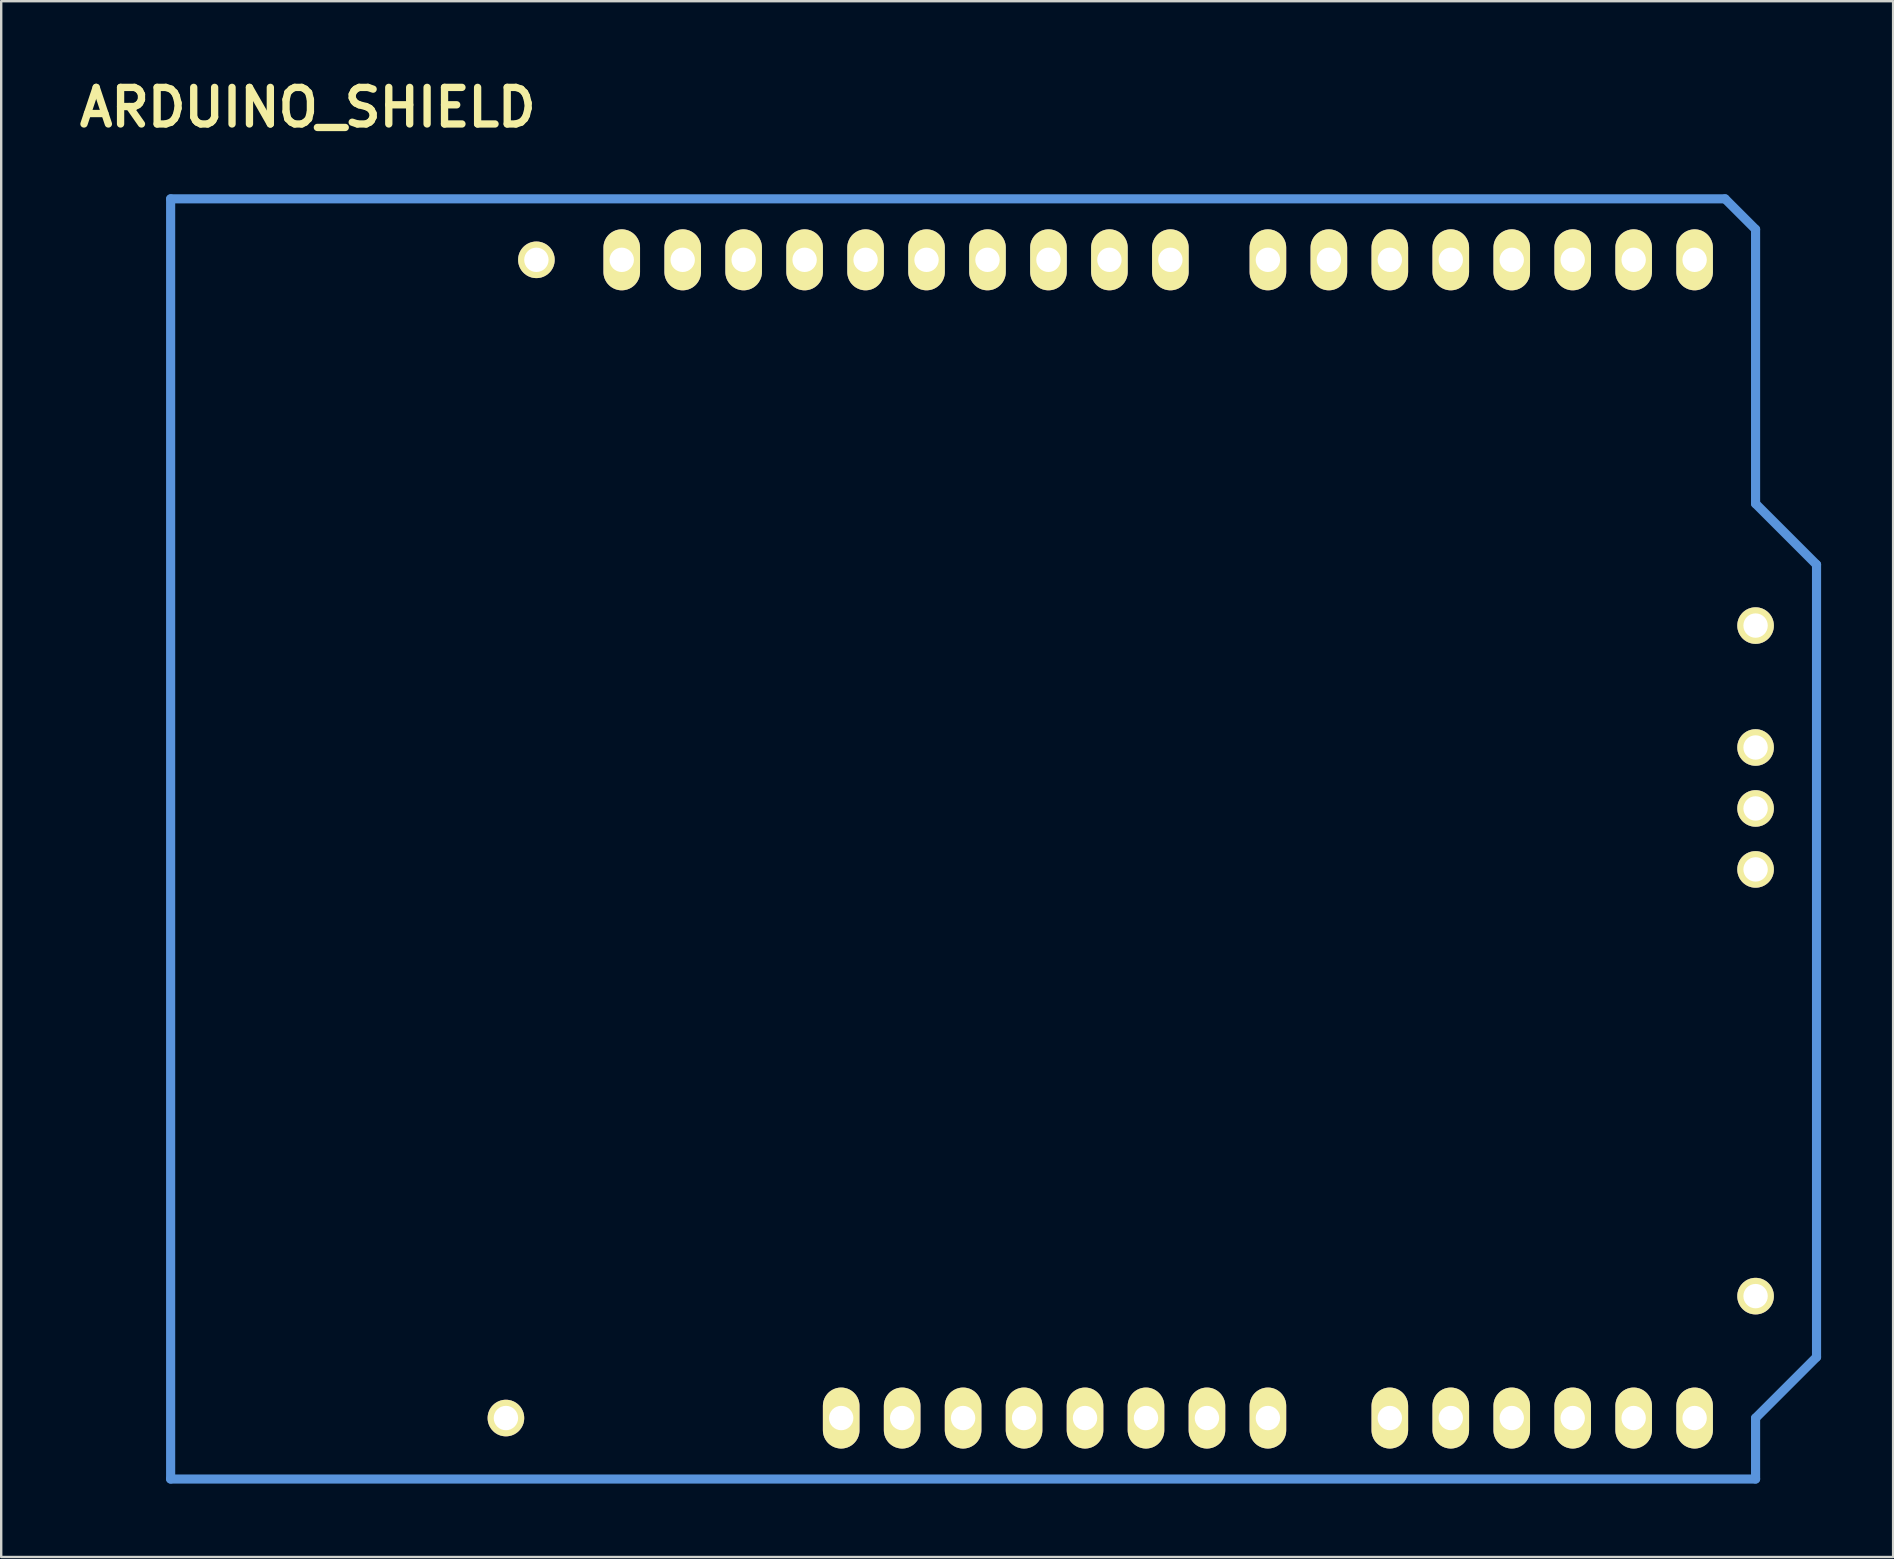
<source format=kicad_pcb>
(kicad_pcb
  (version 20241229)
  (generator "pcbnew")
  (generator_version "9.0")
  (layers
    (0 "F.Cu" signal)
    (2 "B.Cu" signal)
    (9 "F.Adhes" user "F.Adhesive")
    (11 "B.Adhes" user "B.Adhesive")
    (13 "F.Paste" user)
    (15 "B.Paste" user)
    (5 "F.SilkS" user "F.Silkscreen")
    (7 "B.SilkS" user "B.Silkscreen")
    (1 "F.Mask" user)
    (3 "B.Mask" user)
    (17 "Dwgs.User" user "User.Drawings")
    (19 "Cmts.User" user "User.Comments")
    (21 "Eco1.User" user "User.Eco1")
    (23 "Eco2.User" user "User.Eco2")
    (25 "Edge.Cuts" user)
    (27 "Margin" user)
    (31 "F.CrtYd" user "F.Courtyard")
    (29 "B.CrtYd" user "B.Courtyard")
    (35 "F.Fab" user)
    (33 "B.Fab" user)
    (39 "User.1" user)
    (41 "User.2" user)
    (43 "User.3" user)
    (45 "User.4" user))
  (footprint "ARDUINO_SHIELD"
    (layer "F.Cu")
    (at 4.06 58.576)
    (property "Reference" "ARDUINO_SHIELD" (at 5.715 -57.15 0) (layer "F.SilkS") (effects (font (size 1.524 1.524) (thickness 0.305))))
    (attr through_hole)
    (fp_line (start 0 0) (end 0 -53.34) (stroke (width 0.381) (type solid)) (layer "Cmts.User"))
    (fp_line (start 64.77 -53.34) (end 0 -53.34) (stroke (width 0.381) (type solid)) (layer "Cmts.User"))
    (fp_line (start 66.04 -52.07) (end 64.77 -53.34) (stroke (width 0.381) (type solid)) (layer "Cmts.User"))
    (fp_line (start 66.04 -40.64) (end 66.04 -52.07) (stroke (width 0.381) (type solid)) (layer "Cmts.User"))
    (fp_line (start 66.04 -40.64) (end 68.58 -38.1) (stroke (width 0.381) (type solid)) (layer "Cmts.User"))
    (fp_line (start 66.04 -2.54) (end 66.04 0) (stroke (width 0.381) (type solid)) (layer "Cmts.User"))
    (fp_line (start 66.04 0) (end 0 0) (stroke (width 0.381) (type solid)) (layer "Cmts.User"))
    (fp_line (start 68.58 -38.1) (end 68.58 -5.08) (stroke (width 0.381) (type solid)) (layer "Cmts.User"))
    (fp_line (start 68.58 -5.08) (end 66.04 -2.54) (stroke (width 0.381) (type solid)) (layer "Cmts.User"))
    (pad "" thru_hole circle (at 13.97 -2.54 90) (size 1.524 1.524) (drill 1.016) (layers "*.Cu" "*.Mask" "F.SilkS"))
    (pad "" thru_hole circle (at 15.24 -50.8 90) (size 1.524 1.524) (drill 1.016) (layers "*.Cu" "*.Mask" "F.SilkS"))
    (pad "" thru_hole circle (at 66.04 -35.56 90) (size 1.524 1.524) (drill 1.016) (layers "*.Cu" "*.Mask" "F.SilkS"))
    (pad "" thru_hole circle (at 66.04 -7.62 90) (size 1.524 1.524) (drill 1.016) (layers "*.Cu" "*.Mask" "F.SilkS"))
    (pad "0" thru_hole oval (at 63.5 -50.8 90) (size 2.54 1.524) (drill 1.016) (layers "*.Cu" "*.Mask" "F.SilkS"))
    (pad "1" thru_hole oval (at 60.96 -50.8 90) (size 2.54 1.524) (drill 1.016) (layers "*.Cu" "*.Mask" "F.SilkS"))
    (pad "2" thru_hole oval (at 58.42 -50.8 90) (size 2.54 1.524) (drill 1.016) (layers "*.Cu" "*.Mask" "F.SilkS"))
    (pad "3" thru_hole oval (at 55.88 -50.8 90) (size 2.54 1.524) (drill 1.016) (layers "*.Cu" "*.Mask" "F.SilkS"))
    (pad "3V3" thru_hole oval (at 35.56 -2.54 90) (size 2.54 1.524) (drill 1.016) (layers "*.Cu" "*.Mask" "F.SilkS"))
    (pad "4" thru_hole oval (at 53.34 -50.8 90) (size 2.54 1.524) (drill 1.016) (layers "*.Cu" "*.Mask" "F.SilkS"))
    (pad "5" thru_hole oval (at 50.8 -50.8 90) (size 2.54 1.524) (drill 1.016) (layers "*.Cu" "*.Mask" "F.SilkS"))
    (pad "5V" thru_hole oval (at 38.1 -2.54 90) (size 2.54 1.524) (drill 1.016) (layers "*.Cu" "*.Mask" "F.SilkS"))
    (pad "5V" thru_hole circle (at 66.04 -30.48 90) (size 1.524 1.524) (drill 1.016) (layers "*.Cu" "*.Mask" "F.SilkS"))
    (pad "6" thru_hole oval (at 48.26 -50.8 90) (size 2.54 1.524) (drill 1.016) (layers "*.Cu" "*.Mask" "F.SilkS"))
    (pad "7" thru_hole oval (at 45.72 -50.8 90) (size 2.54 1.524) (drill 1.016) (layers "*.Cu" "*.Mask" "F.SilkS"))
    (pad "8" thru_hole oval (at 41.656 -50.8 90) (size 2.54 1.524) (drill 1.016) (layers "*.Cu" "*.Mask" "F.SilkS"))
    (pad "9" thru_hole oval (at 39.116 -50.8 90) (size 2.54 1.524) (drill 1.016) (layers "*.Cu" "*.Mask" "F.SilkS"))
    (pad "10" thru_hole oval (at 36.576 -50.8 90) (size 2.54 1.524) (drill 1.016) (layers "*.Cu" "*.Mask" "F.SilkS"))
    (pad "11" thru_hole oval (at 34.036 -50.8 90) (size 2.54 1.524) (drill 1.016) (layers "*.Cu" "*.Mask" "F.SilkS"))
    (pad "12" thru_hole oval (at 31.496 -50.8 90) (size 2.54 1.524) (drill 1.016) (layers "*.Cu" "*.Mask" "F.SilkS"))
    (pad "13" thru_hole oval (at 28.956 -50.8 90) (size 2.54 1.524) (drill 1.016) (layers "*.Cu" "*.Mask" "F.SilkS"))
    (pad "AD0" thru_hole oval (at 50.8 -2.54 90) (size 2.54 1.524) (drill 1.016) (layers "*.Cu" "*.Mask" "F.SilkS"))
    (pad "AD1" thru_hole oval (at 53.34 -2.54 90) (size 2.54 1.524) (drill 1.016) (layers "*.Cu" "*.Mask" "F.SilkS"))
    (pad "AD2" thru_hole oval (at 55.88 -2.54 90) (size 2.54 1.524) (drill 1.016) (layers "*.Cu" "*.Mask" "F.SilkS"))
    (pad "AD3" thru_hole oval (at 58.42 -2.54 90) (size 2.54 1.524) (drill 1.016) (layers "*.Cu" "*.Mask" "F.SilkS"))
    (pad "AD4" thru_hole oval (at 60.96 -2.54 90) (size 2.54 1.524) (drill 1.016) (layers "*.Cu" "*.Mask" "F.SilkS"))
    (pad "AD5" thru_hole oval (at 63.5 -2.54 90) (size 2.54 1.524) (drill 1.016) (layers "*.Cu" "*.Mask" "F.SilkS"))
    (pad "AREF" thru_hole oval (at 23.876 -50.8 90) (size 2.54 1.524) (drill 1.016) (layers "*.Cu" "*.Mask" "F.SilkS"))
    (pad "GND1" thru_hole oval (at 40.64 -2.54 90) (size 2.54 1.524) (drill 1.016) (layers "*.Cu" "*.Mask" "F.SilkS"))
    (pad "GND2" thru_hole oval (at 43.18 -2.54 90) (size 2.54 1.524) (drill 1.016) (layers "*.Cu" "*.Mask" "F.SilkS"))
    (pad "GND3" thru_hole oval (at 26.416 -50.8 90) (size 2.54 1.524) (drill 1.016) (layers "*.Cu" "*.Mask" "F.SilkS"))
    (pad "GND3" thru_hole circle (at 66.04 -25.4 90) (size 1.524 1.524) (drill 1.016) (layers "*.Cu" "*.Mask" "F.SilkS"))
    (pad "IO_R" thru_hole oval (at 30.48 -2.54 90) (size 2.54 1.524) (drill 1.016) (layers "*.Cu" "*.Mask" "F.SilkS"))
    (pad "NC" thru_hole oval (at 27.94 -2.54 90) (size 2.54 1.524) (drill 1.016) (layers "*.Cu" "*.Mask" "F.SilkS"))
    (pad "RST" thru_hole oval (at 33.02 -2.54 90) (size 2.54 1.524) (drill 1.016) (layers "*.Cu" "*.Mask" "F.SilkS"))
    (pad "SCL" thru_hole oval (at 18.796 -50.8 90) (size 2.54 1.524) (drill 1.016) (layers "*.Cu" "*.Mask" "F.SilkS"))
    (pad "SDA" thru_hole oval (at 21.336 -50.8 90) (size 2.54 1.524) (drill 1.016) (layers "*.Cu" "*.Mask" "F.SilkS"))
    (pad "SP4" thru_hole circle (at 66.04 -27.94 90) (size 1.524 1.524) (drill 1.016) (layers "*.Cu" "*.Mask" "F.SilkS"))
    (pad "V_IN" thru_hole oval (at 45.72 -2.54 90) (size 2.54 1.524) (drill 1.016) (layers "*.Cu" "*.Mask" "F.SilkS")))
  (gr_rect
    (start -3 -3)
    (end 75.831 61.826)
    (stroke (width 0.1) (type default))
    (fill no)
    (layer "Edge.Cuts")))
</source>
